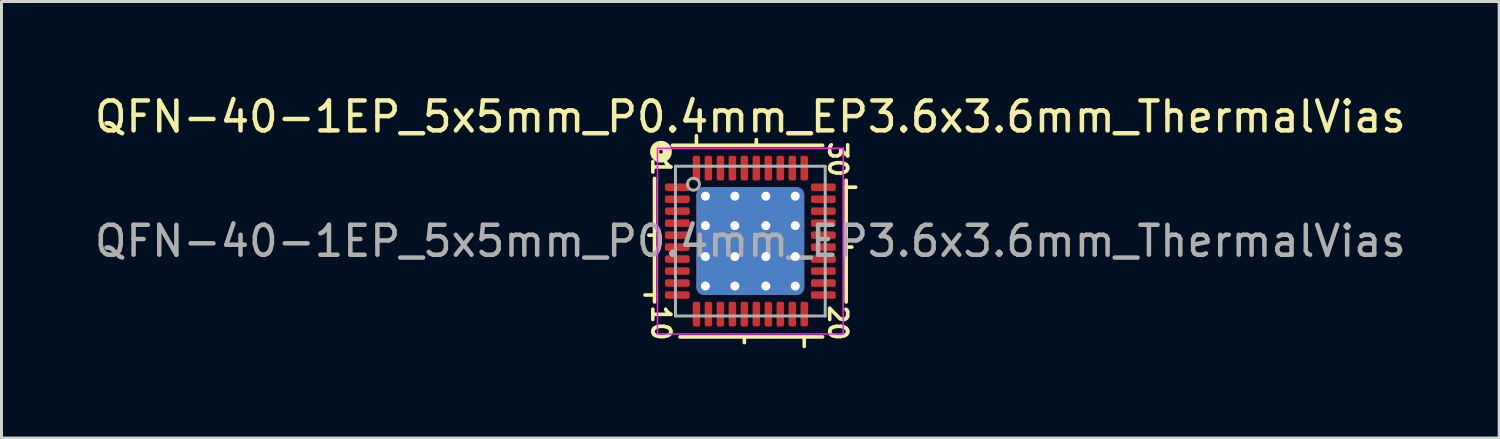
<source format=kicad_pcb>
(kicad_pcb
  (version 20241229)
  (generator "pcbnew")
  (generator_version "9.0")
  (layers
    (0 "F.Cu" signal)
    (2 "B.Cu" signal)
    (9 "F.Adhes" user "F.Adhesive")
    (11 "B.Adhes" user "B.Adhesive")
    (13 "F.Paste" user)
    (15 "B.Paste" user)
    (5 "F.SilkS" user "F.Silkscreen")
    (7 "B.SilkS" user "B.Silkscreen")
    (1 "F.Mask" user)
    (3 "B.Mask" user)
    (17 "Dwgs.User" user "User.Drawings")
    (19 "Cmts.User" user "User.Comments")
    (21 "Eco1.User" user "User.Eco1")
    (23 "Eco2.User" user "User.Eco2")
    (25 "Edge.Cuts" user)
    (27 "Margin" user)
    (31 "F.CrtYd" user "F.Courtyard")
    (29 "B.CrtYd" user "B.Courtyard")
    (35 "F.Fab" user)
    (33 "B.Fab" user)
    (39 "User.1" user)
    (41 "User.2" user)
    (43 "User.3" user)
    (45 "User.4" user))
  (footprint "QFN-40-1EP_5x5mm_P0.4mm_EP3.6x3.6mm_ThermalVias"
    (layer "F.Cu")
    (at 22.006 5.001)
    (property "Reference" "QFN-40-1EP_5x5mm_P0.4mm_EP3.6x3.6mm_ThermalVias" (at 0 -4.152 0) (layer "F.SilkS") (effects (font (size 1 1) (thickness 0.15))))
    (attr smd)
    (fp_line (start -3.2 -2.095) (end -3.2 2.032) (stroke (width 0.12) (type solid)) (layer "F.SilkS"))
    (fp_line (start -3.2 -0.2) (end -3.39 -0.2) (stroke (width 0.12) (type solid)) (layer "F.SilkS"))
    (fp_line (start -3.2 1.8) (end -3.518 1.8) (stroke (width 0.12) (type solid)) (layer "F.SilkS"))
    (fp_line (start -2.349 3.2) (end 2.413 3.2) (stroke (width 0.12) (type solid)) (layer "F.SilkS"))
    (fp_line (start -1.8 -3.2) (end -1.8 -3.518) (stroke (width 0.12) (type solid)) (layer "F.SilkS"))
    (fp_line (start -0.2 3.2) (end -0.2 3.39) (stroke (width 0.12) (type solid)) (layer "F.SilkS"))
    (fp_line (start 0.2 -3.2) (end 0.2 -3.39) (stroke (width 0.12) (type solid)) (layer "F.SilkS"))
    (fp_line (start 1.8 3.2) (end 1.8 3.518) (stroke (width 0.12) (type solid)) (layer "F.SilkS"))
    (fp_line (start 2.413 -3.2) (end -2.603 -3.2) (stroke (width 0.12) (type solid)) (layer "F.SilkS"))
    (fp_line (start 3.2 -1.8) (end 3.518 -1.8) (stroke (width 0.12) (type solid)) (layer "F.SilkS"))
    (fp_line (start 3.2 0.2) (end 3.39 0.2) (stroke (width 0.12) (type solid)) (layer "F.SilkS"))
    (fp_line (start 3.2 2.032) (end 3.2 -2.032) (stroke (width 0.12) (type solid)) (layer "F.SilkS"))
    (fp_circle (center -2.985 -2.985) (end -2.921 -2.985) (stroke (width 0.3) (type solid)) (fill no) (layer "F.SilkS"))
    (fp_line (start -3.1 -3.1) (end -3.1 3.1) (stroke (width 0.05) (type solid)) (layer "F.CrtYd"))
    (fp_line (start -3.1 3.1) (end 3.1 3.1) (stroke (width 0.05) (type solid)) (layer "F.CrtYd"))
    (fp_line (start 3.1 -3.1) (end -3.1 -3.1) (stroke (width 0.05) (type solid)) (layer "F.CrtYd"))
    (fp_line (start 3.1 3.1) (end 3.1 -3.1) (stroke (width 0.05) (type solid)) (layer "F.CrtYd"))
    (fp_line (start -2.5 -2.5) (end 2.5 -2.5) (stroke (width 0.1) (type solid)) (layer "F.Fab"))
    (fp_line (start -2.5 2.5) (end -2.5 -2.5) (stroke (width 0.1) (type solid)) (layer "F.Fab"))
    (fp_line (start 2.5 -2.5) (end 2.5 2.5) (stroke (width 0.1) (type solid)) (layer "F.Fab"))
    (fp_line (start 2.5 2.5) (end -2.5 2.5) (stroke (width 0.1) (type solid)) (layer "F.Fab"))
    (fp_circle (center -1.9 -1.9) (end -1.7 -1.9) (stroke (width 0.1) (type solid)) (fill no) (layer "F.Fab"))
    (fp_text user "30" (at 2.921 -2.731 270) (unlocked yes) (layer "F.SilkS") (effects (font (size 0.6 0.6) (thickness 0.12))))
    (fp_text user "1" (at -2.985 -2.477 270) (unlocked yes) (layer "F.SilkS") (effects (font (size 0.6 0.6) (thickness 0.12))))
    (fp_text user "10" (at -2.985 2.731 270) (unlocked yes) (layer "F.SilkS") (effects (font (size 0.6 0.6) (thickness 0.12))))
    (fp_text user "20" (at 2.921 2.731 270) (unlocked yes) (layer "F.SilkS") (effects (font (size 0.6 0.6) (thickness 0.12))))
    (fp_text user "${REFERENCE}" (at 0 0 0) (layer "F.Fab") (effects (font (size 1 1) (thickness 0.15))))
    (pad "" smd custom (at -1.033 -1.033) (size 0.803 0.803) (layers "F.Paste") (options (anchor circle)) (primitives (gr_poly (pts (xy 0.338 -0.233) (xy 0.338 0.233) (xy 0.233 0.338) (xy -0.233 0.338) (xy -0.338 0.233) (xy -0.338 -0.233) (xy -0.233 -0.338) (xy 0.233 -0.338)) (width 0.253) (fill yes))))
    (pad "" smd custom (at -1.033 0) (size 0.803 0.803) (layers "F.Paste") (options (anchor circle)) (primitives (gr_poly (pts (xy 0.338 -0.233) (xy 0.338 0.233) (xy 0.233 0.338) (xy -0.233 0.338) (xy -0.338 0.233) (xy -0.338 -0.233) (xy -0.233 -0.338) (xy 0.233 -0.338)) (width 0.253) (fill yes))))
    (pad "" smd custom (at -1.033 1.033) (size 0.803 0.803) (layers "F.Paste") (options (anchor circle)) (primitives (gr_poly (pts (xy 0.338 -0.233) (xy 0.338 0.233) (xy 0.233 0.338) (xy -0.233 0.338) (xy -0.338 0.233) (xy -0.338 -0.233) (xy -0.233 -0.338) (xy 0.233 -0.338)) (width 0.253) (fill yes))))
    (pad "" smd custom (at 0 -1.033) (size 0.803 0.803) (layers "F.Paste") (options (anchor circle)) (primitives (gr_poly (pts (xy 0.338 -0.233) (xy 0.338 0.233) (xy 0.233 0.338) (xy -0.233 0.338) (xy -0.338 0.233) (xy -0.338 -0.233) (xy -0.233 -0.338) (xy 0.233 -0.338)) (width 0.253) (fill yes))))
    (pad "" smd custom (at 0 0) (size 0.803 0.803) (layers "F.Paste") (options (anchor circle)) (primitives (gr_poly (pts (xy 0.338 -0.233) (xy 0.338 0.233) (xy 0.233 0.338) (xy -0.233 0.338) (xy -0.338 0.233) (xy -0.338 -0.233) (xy -0.233 -0.338) (xy 0.233 -0.338)) (width 0.253) (fill yes))))
    (pad "" smd custom (at 0 1.033) (size 0.803 0.803) (layers "F.Paste") (options (anchor circle)) (primitives (gr_poly (pts (xy 0.338 -0.233) (xy 0.338 0.233) (xy 0.233 0.338) (xy -0.233 0.338) (xy -0.338 0.233) (xy -0.338 -0.233) (xy -0.233 -0.338) (xy 0.233 -0.338)) (width 0.253) (fill yes))))
    (pad "" smd custom (at 1.033 -1.033) (size 0.803 0.803) (layers "F.Paste") (options (anchor circle)) (primitives (gr_poly (pts (xy 0.338 -0.233) (xy 0.338 0.233) (xy 0.233 0.338) (xy -0.233 0.338) (xy -0.338 0.233) (xy -0.338 -0.233) (xy -0.233 -0.338) (xy 0.233 -0.338)) (width 0.253) (fill yes))))
    (pad "" smd custom (at 1.033 0) (size 0.803 0.803) (layers "F.Paste") (options (anchor circle)) (primitives (gr_poly (pts (xy 0.338 -0.233) (xy 0.338 0.233) (xy 0.233 0.338) (xy -0.233 0.338) (xy -0.338 0.233) (xy -0.338 -0.233) (xy -0.233 -0.338) (xy 0.233 -0.338)) (width 0.253) (fill yes))))
    (pad "" smd custom (at 1.033 1.033) (size 0.803 0.803) (layers "F.Paste") (options (anchor circle)) (primitives (gr_poly (pts (xy 0.338 -0.233) (xy 0.338 0.233) (xy 0.233 0.338) (xy -0.233 0.338) (xy -0.338 0.233) (xy -0.338 -0.233) (xy -0.233 -0.338) (xy 0.233 -0.338)) (width 0.253) (fill yes))))
    (pad "1" smd roundrect (at -2.438 -1.8) (size 0.825 0.25) (layers "F.Cu" "F.Mask" "F.Paste") (roundrect_rratio 0.25))
    (pad "2" smd roundrect (at -2.438 -1.4) (size 0.825 0.25) (layers "F.Cu" "F.Mask" "F.Paste") (roundrect_rratio 0.25))
    (pad "3" smd roundrect (at -2.438 -1) (size 0.825 0.25) (layers "F.Cu" "F.Mask" "F.Paste") (roundrect_rratio 0.25))
    (pad "4" smd roundrect (at -2.438 -0.6) (size 0.825 0.25) (layers "F.Cu" "F.Mask" "F.Paste") (roundrect_rratio 0.25))
    (pad "5" smd roundrect (at -2.438 -0.2) (size 0.825 0.25) (layers "F.Cu" "F.Mask" "F.Paste") (roundrect_rratio 0.25))
    (pad "6" smd roundrect (at -2.438 0.2) (size 0.825 0.25) (layers "F.Cu" "F.Mask" "F.Paste") (roundrect_rratio 0.25))
    (pad "7" smd roundrect (at -2.438 0.6) (size 0.825 0.25) (layers "F.Cu" "F.Mask" "F.Paste") (roundrect_rratio 0.25))
    (pad "8" smd roundrect (at -2.438 1) (size 0.825 0.25) (layers "F.Cu" "F.Mask" "F.Paste") (roundrect_rratio 0.25))
    (pad "9" smd roundrect (at -2.438 1.4) (size 0.825 0.25) (layers "F.Cu" "F.Mask" "F.Paste") (roundrect_rratio 0.25))
    (pad "10" smd roundrect (at -2.438 1.8) (size 0.825 0.25) (layers "F.Cu" "F.Mask" "F.Paste") (roundrect_rratio 0.25))
    (pad "11" smd roundrect (at -1.8 2.438) (size 0.25 0.825) (layers "F.Cu" "F.Mask" "F.Paste") (roundrect_rratio 0.25))
    (pad "12" smd roundrect (at -1.4 2.438) (size 0.25 0.825) (layers "F.Cu" "F.Mask" "F.Paste") (roundrect_rratio 0.25))
    (pad "13" smd roundrect (at -1 2.438) (size 0.25 0.825) (layers "F.Cu" "F.Mask" "F.Paste") (roundrect_rratio 0.25))
    (pad "14" smd roundrect (at -0.6 2.438) (size 0.25 0.825) (layers "F.Cu" "F.Mask" "F.Paste") (roundrect_rratio 0.25))
    (pad "15" smd roundrect (at -0.2 2.438) (size 0.25 0.825) (layers "F.Cu" "F.Mask" "F.Paste") (roundrect_rratio 0.25))
    (pad "16" smd roundrect (at 0.2 2.438) (size 0.25 0.825) (layers "F.Cu" "F.Mask" "F.Paste") (roundrect_rratio 0.25))
    (pad "17" smd roundrect (at 0.6 2.438) (size 0.25 0.825) (layers "F.Cu" "F.Mask" "F.Paste") (roundrect_rratio 0.25))
    (pad "18" smd roundrect (at 1 2.438) (size 0.25 0.825) (layers "F.Cu" "F.Mask" "F.Paste") (roundrect_rratio 0.25))
    (pad "19" smd roundrect (at 1.4 2.438) (size 0.25 0.825) (layers "F.Cu" "F.Mask" "F.Paste") (roundrect_rratio 0.25))
    (pad "20" smd roundrect (at 1.8 2.438) (size 0.25 0.825) (layers "F.Cu" "F.Mask" "F.Paste") (roundrect_rratio 0.25))
    (pad "21" smd roundrect (at 2.438 1.8) (size 0.825 0.25) (layers "F.Cu" "F.Mask" "F.Paste") (roundrect_rratio 0.25))
    (pad "22" smd roundrect (at 2.438 1.4) (size 0.825 0.25) (layers "F.Cu" "F.Mask" "F.Paste") (roundrect_rratio 0.25))
    (pad "23" smd roundrect (at 2.438 1) (size 0.825 0.25) (layers "F.Cu" "F.Mask" "F.Paste") (roundrect_rratio 0.25))
    (pad "24" smd roundrect (at 2.438 0.6) (size 0.825 0.25) (layers "F.Cu" "F.Mask" "F.Paste") (roundrect_rratio 0.25))
    (pad "25" smd roundrect (at 2.438 0.2) (size 0.825 0.25) (layers "F.Cu" "F.Mask" "F.Paste") (roundrect_rratio 0.25))
    (pad "26" smd roundrect (at 2.438 -0.2) (size 0.825 0.25) (layers "F.Cu" "F.Mask" "F.Paste") (roundrect_rratio 0.25))
    (pad "27" smd roundrect (at 2.438 -0.6) (size 0.825 0.25) (layers "F.Cu" "F.Mask" "F.Paste") (roundrect_rratio 0.25))
    (pad "28" smd roundrect (at 2.438 -1) (size 0.825 0.25) (layers "F.Cu" "F.Mask" "F.Paste") (roundrect_rratio 0.25))
    (pad "29" smd roundrect (at 2.438 -1.4) (size 0.825 0.25) (layers "F.Cu" "F.Mask" "F.Paste") (roundrect_rratio 0.25))
    (pad "30" smd roundrect (at 2.438 -1.8) (size 0.825 0.25) (layers "F.Cu" "F.Mask" "F.Paste") (roundrect_rratio 0.25))
    (pad "31" smd roundrect (at 1.8 -2.438) (size 0.25 0.825) (layers "F.Cu" "F.Mask" "F.Paste") (roundrect_rratio 0.25))
    (pad "32" smd roundrect (at 1.4 -2.438) (size 0.25 0.825) (layers "F.Cu" "F.Mask" "F.Paste") (roundrect_rratio 0.25))
    (pad "33" smd roundrect (at 1 -2.438) (size 0.25 0.825) (layers "F.Cu" "F.Mask" "F.Paste") (roundrect_rratio 0.25))
    (pad "34" smd roundrect (at 0.6 -2.438) (size 0.25 0.825) (layers "F.Cu" "F.Mask" "F.Paste") (roundrect_rratio 0.25))
    (pad "35" smd roundrect (at 0.2 -2.438) (size 0.25 0.825) (layers "F.Cu" "F.Mask" "F.Paste") (roundrect_rratio 0.25))
    (pad "36" smd roundrect (at -0.2 -2.438) (size 0.25 0.825) (layers "F.Cu" "F.Mask" "F.Paste") (roundrect_rratio 0.25))
    (pad "37" smd roundrect (at -0.6 -2.438) (size 0.25 0.825) (layers "F.Cu" "F.Mask" "F.Paste") (roundrect_rratio 0.25))
    (pad "38" smd roundrect (at -1 -2.438) (size 0.25 0.825) (layers "F.Cu" "F.Mask" "F.Paste") (roundrect_rratio 0.25))
    (pad "39" smd roundrect (at -1.4 -2.438) (size 0.25 0.825) (layers "F.Cu" "F.Mask" "F.Paste") (roundrect_rratio 0.25))
    (pad "40" smd roundrect (at -1.8 -2.438) (size 0.25 0.825) (layers "F.Cu" "F.Mask" "F.Paste") (roundrect_rratio 0.25))
    (pad "41" thru_hole circle (at -1.5 -1.5) (size 0.6 0.6) (drill 0.3) (property pad_prop_heatsink) (layers "*.Cu"))
    (pad "41" thru_hole circle (at -1.5 -0.517) (size 0.6 0.6) (drill 0.3) (property pad_prop_heatsink) (layers "*.Cu"))
    (pad "41" thru_hole circle (at -1.5 0.517) (size 0.6 0.6) (drill 0.3) (property pad_prop_heatsink) (layers "*.Cu"))
    (pad "41" thru_hole circle (at -1.5 1.5) (size 0.6 0.6) (drill 0.3) (property pad_prop_heatsink) (layers "*.Cu"))
    (pad "41" thru_hole circle (at -0.517 -1.5) (size 0.6 0.6) (drill 0.3) (property pad_prop_heatsink) (layers "*.Cu"))
    (pad "41" thru_hole circle (at -0.517 -0.517) (size 0.6 0.6) (drill 0.3) (property pad_prop_heatsink) (layers "*.Cu"))
    (pad "41" thru_hole circle (at -0.517 0.517) (size 0.6 0.6) (drill 0.3) (property pad_prop_heatsink) (layers "*.Cu"))
    (pad "41" thru_hole circle (at -0.517 1.5) (size 0.6 0.6) (drill 0.3) (property pad_prop_heatsink) (layers "*.Cu"))
    (pad "41" smd roundrect (at 0 0) (size 3.6 3.6) (layers "F.Cu" "F.Mask") (roundrect_rratio 0.069))
    (pad "41" smd roundrect (at 0 0) (size 3.6 3.6) (layers "B.Cu" "B.Mask") (roundrect_rratio 0.069))
    (pad "41" thru_hole circle (at 0.517 -1.5) (size 0.6 0.6) (drill 0.3) (property pad_prop_heatsink) (layers "*.Cu"))
    (pad "41" thru_hole circle (at 0.517 -0.517) (size 0.6 0.6) (drill 0.3) (property pad_prop_heatsink) (layers "*.Cu"))
    (pad "41" thru_hole circle (at 0.517 0.517) (size 0.6 0.6) (drill 0.3) (property pad_prop_heatsink) (layers "*.Cu"))
    (pad "41" thru_hole circle (at 0.517 1.5) (size 0.6 0.6) (drill 0.3) (property pad_prop_heatsink) (layers "*.Cu"))
    (pad "41" thru_hole circle (at 1.5 -1.5) (size 0.6 0.6) (drill 0.3) (property pad_prop_heatsink) (layers "*.Cu"))
    (pad "41" thru_hole circle (at 1.5 -0.517) (size 0.6 0.6) (drill 0.3) (property pad_prop_heatsink) (layers "*.Cu"))
    (pad "41" thru_hole circle (at 1.5 0.517) (size 0.6 0.6) (drill 0.3) (property pad_prop_heatsink) (layers "*.Cu"))
    (pad "41" thru_hole circle (at 1.5 1.5) (size 0.6 0.6) (drill 0.3) (property pad_prop_heatsink) (layers "*.Cu")))
  (gr_rect
    (start -3 -3)
    (end 47.012 11.578)
    (stroke (width 0.1) (type default))
    (fill no)
    (layer "Edge.Cuts")))
</source>
